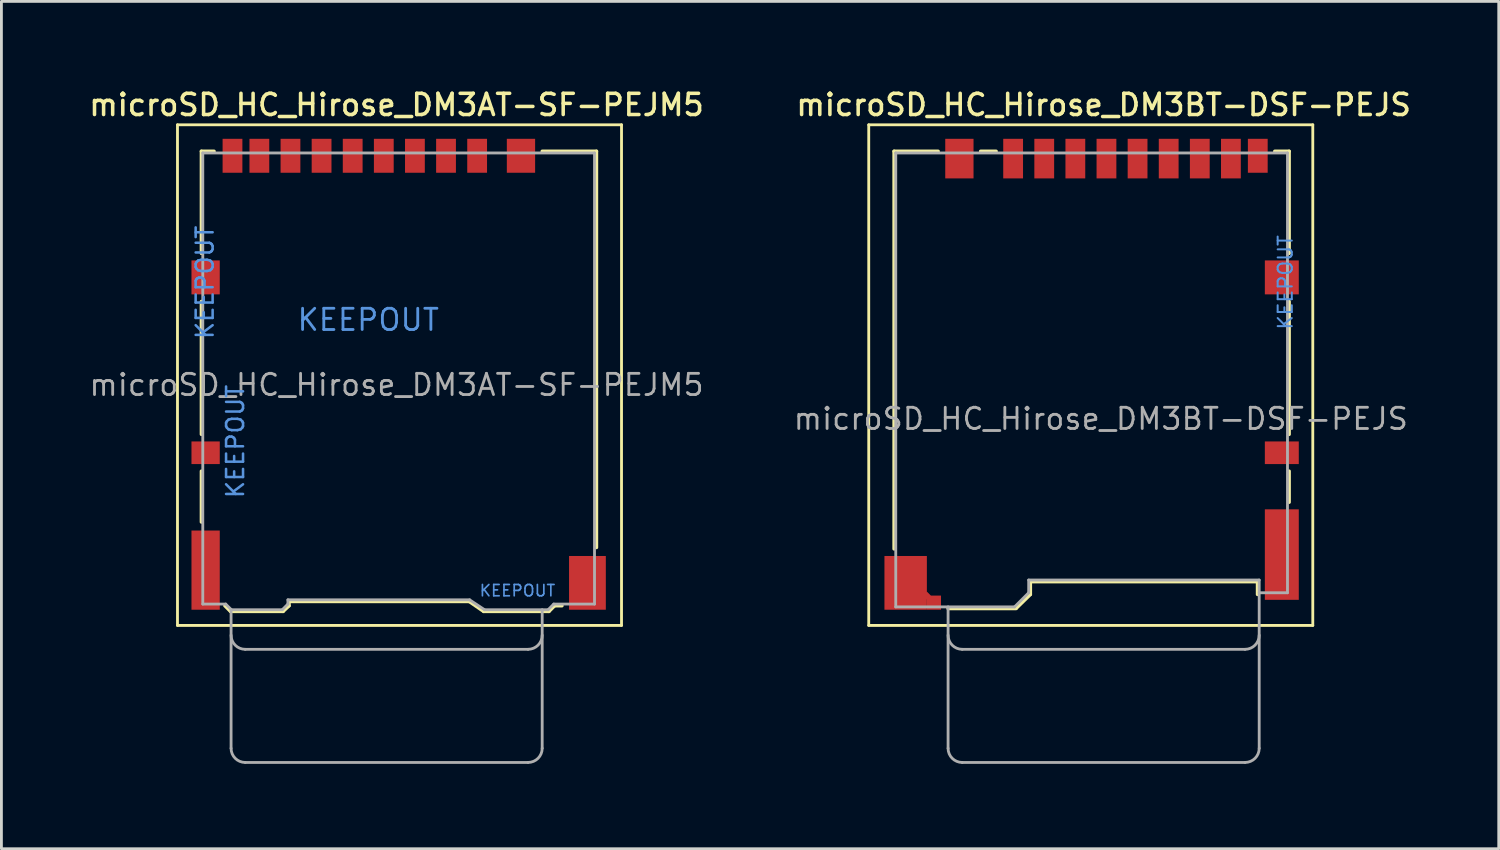
<source format=kicad_pcb>
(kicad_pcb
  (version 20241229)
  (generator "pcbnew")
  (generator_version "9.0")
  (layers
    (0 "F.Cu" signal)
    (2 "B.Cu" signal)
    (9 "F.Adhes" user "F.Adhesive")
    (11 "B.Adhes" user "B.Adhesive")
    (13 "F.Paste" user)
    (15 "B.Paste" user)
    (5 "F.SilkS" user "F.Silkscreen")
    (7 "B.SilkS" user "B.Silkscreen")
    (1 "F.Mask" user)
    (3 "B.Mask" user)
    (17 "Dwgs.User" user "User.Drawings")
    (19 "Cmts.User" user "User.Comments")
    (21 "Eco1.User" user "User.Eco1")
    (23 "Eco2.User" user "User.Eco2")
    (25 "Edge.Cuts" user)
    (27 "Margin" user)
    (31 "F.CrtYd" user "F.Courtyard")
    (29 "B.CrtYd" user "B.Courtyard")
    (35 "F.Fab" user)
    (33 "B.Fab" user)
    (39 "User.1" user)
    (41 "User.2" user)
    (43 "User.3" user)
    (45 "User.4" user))
  (footprint "microSD_HC_Hirose_DM3BT-DSF-PEJS"
    (layer "F.Cu")
    (at 35.546 10.183)
    (property "Reference" "microSD_HC_Hirose_DM3BT-DSF-PEJS" (at 0.425 -9.525 0) (layer "F.SilkS") (effects (font (size 0.75 0.75) (thickness 0.125))))
    (attr smd)
    (fp_line (start -7.88 -8.82) (end 7.82 -8.82) (stroke (width 0.1) (type solid)) (layer "F.SilkS"))
    (fp_line (start -7.88 8.88) (end -7.88 -8.82) (stroke (width 0.1) (type solid)) (layer "F.SilkS"))
    (fp_line (start -6.985 -7.885) (end -6.985 6.175) (stroke (width 0.12) (type solid)) (layer "F.SilkS"))
    (fp_line (start -6.985 -7.885) (end -5.425 -7.885) (stroke (width 0.12) (type solid)) (layer "F.SilkS"))
    (fp_line (start -5.075 8.285) (end -2.675 8.285) (stroke (width 0.12) (type solid)) (layer "F.SilkS"))
    (fp_line (start -3.375 -7.885) (end -3.925 -7.885) (stroke (width 0.12) (type solid)) (layer "F.SilkS"))
    (fp_line (start -2.665 8.275) (end -2.165 7.785) (stroke (width 0.12) (type solid)) (layer "F.SilkS"))
    (fp_line (start -2.165 7.335) (end -2.165 7.785) (stroke (width 0.12) (type solid)) (layer "F.SilkS"))
    (fp_line (start 5.865 7.335) (end -2.165 7.335) (stroke (width 0.12) (type solid)) (layer "F.SilkS"))
    (fp_line (start 5.865 7.335) (end 5.865 7.785) (stroke (width 0.12) (type solid)) (layer "F.SilkS"))
    (fp_line (start 6.475 -7.885) (end 6.985 -7.885) (stroke (width 0.12) (type solid)) (layer "F.SilkS"))
    (fp_line (start 6.985 -7.885) (end 6.985 -4.275) (stroke (width 0.12) (type solid)) (layer "F.SilkS"))
    (fp_line (start 6.985 -2.575) (end 6.985 2.125) (stroke (width 0.12) (type solid)) (layer "F.SilkS"))
    (fp_line (start 6.985 3.425) (end 6.985 4.525) (stroke (width 0.12) (type solid)) (layer "F.SilkS"))
    (fp_line (start 7.82 -8.82) (end 7.82 8.88) (stroke (width 0.1) (type solid)) (layer "F.SilkS"))
    (fp_line (start 7.82 8.88) (end -7.88 8.88) (stroke (width 0.1) (type solid)) (layer "F.SilkS"))
    (fp_line (start -6.925 -7.825) (end 6.925 -7.825) (stroke (width 0.1) (type solid)) (layer "F.Fab"))
    (fp_line (start -6.925 8.225) (end -6.925 -7.825) (stroke (width 0.1) (type solid)) (layer "F.Fab"))
    (fp_line (start -6.925 8.225) (end -2.725 8.225) (stroke (width 0.1) (type solid)) (layer "F.Fab"))
    (fp_line (start -5.075 8.225) (end -5.075 13.225) (stroke (width 0.1) (type solid)) (layer "F.Fab"))
    (fp_line (start -4.575 9.725) (end 5.425 9.725) (stroke (width 0.1) (type solid)) (layer "F.Fab"))
    (fp_line (start -4.575 13.725) (end 5.425 13.725) (stroke (width 0.1) (type solid)) (layer "F.Fab"))
    (fp_line (start -2.225 7.275) (end -2.225 7.725) (stroke (width 0.1) (type solid)) (layer "F.Fab"))
    (fp_line (start -2.225 7.275) (end 5.925 7.275) (stroke (width 0.1) (type solid)) (layer "F.Fab"))
    (fp_line (start -2.225 7.725) (end -2.725 8.225) (stroke (width 0.1) (type solid)) (layer "F.Fab"))
    (fp_line (start 5.925 13.225) (end 5.925 7.275) (stroke (width 0.1) (type solid)) (layer "F.Fab"))
    (fp_line (start 6.925 7.725) (end 5.925 7.725) (stroke (width 0.1) (type solid)) (layer "F.Fab"))
    (fp_line (start 6.925 7.725) (end 6.925 -7.825) (stroke (width 0.1) (type solid)) (layer "F.Fab"))
    (fp_arc (start -4.575 9.725) (mid -4.928553 9.578553) (end -5.075 9.225) (stroke (width 0.1) (type solid)) (layer "F.Fab"))
    (fp_arc (start -4.575 13.725) (mid -4.928553 13.578553) (end -5.075 13.225) (stroke (width 0.1) (type solid)) (layer "F.Fab"))
    (fp_arc (start 5.925 9.225) (mid 5.778553 9.578553) (end 5.425 9.725) (stroke (width 0.1) (type solid)) (layer "F.Fab"))
    (fp_arc (start 5.925 13.225) (mid 5.778553 13.578553) (end 5.425 13.725) (stroke (width 0.1) (type solid)) (layer "F.Fab"))
    (fp_text user "KEEPOUT" (at 6.85 -3.25 90) (layer "Cmts.User") (effects (font (size 0.5 0.5) (thickness 0.07))))
    (fp_text user "${REFERENCE}" (at 0.325 1.575 0) (layer "F.Fab") (effects (font (size 0.75 0.75) (thickness 0.1))))
    (pad "1" smd rect (at -2.775 -7.625) (size 0.7 1.4) (layers "F.Cu" "F.Mask" "F.Paste"))
    (pad "2" smd rect (at -1.675 -7.625) (size 0.7 1.4) (layers "F.Cu" "F.Mask" "F.Paste"))
    (pad "3" smd rect (at -0.575 -7.625) (size 0.7 1.4) (layers "F.Cu" "F.Mask" "F.Paste"))
    (pad "4" smd rect (at 0.525 -7.625) (size 0.7 1.4) (layers "F.Cu" "F.Mask" "F.Paste"))
    (pad "5" smd rect (at 1.625 -7.625) (size 0.7 1.4) (layers "F.Cu" "F.Mask" "F.Paste"))
    (pad "6" smd rect (at 2.725 -7.625) (size 0.7 1.4) (layers "F.Cu" "F.Mask" "F.Paste"))
    (pad "7" smd rect (at 3.825 -7.625) (size 0.7 1.4) (layers "F.Cu" "F.Mask" "F.Paste"))
    (pad "8" smd rect (at 4.925 -7.625) (size 0.7 1.4) (layers "F.Cu" "F.Mask" "F.Paste"))
    (pad "9" smd rect (at 5.875 -7.725) (size 0.7 1.2) (layers "F.Cu" "F.Mask" "F.Paste"))
    (pad "10" smd rect (at 6.725 2.775) (size 1.2 0.8) (layers "F.Cu" "F.Mask" "F.Paste"))
    (pad "11" smd rect (at -6.575 7.375) (size 1.5 1.9) (layers "F.Cu" "F.Mask" "F.Paste"))
    (pad "11" smd rect (at -5.825 7.825 45) (size 0.2 0.2) (layers "F.Cu" "F.Mask" "F.Paste"))
    (pad "11" smd rect (at -5.575 8.075) (size 0.5 0.5) (layers "F.Cu" "F.Mask" "F.Paste"))
    (pad "11" smd rect (at -4.675 -7.625) (size 1 1.4) (layers "F.Cu" "F.Mask" "F.Paste"))
    (pad "11" smd rect (at 6.725 -3.425) (size 1.2 1.2) (layers "F.Cu" "F.Mask" "F.Paste"))
    (pad "11" smd rect (at 6.725 6.375) (size 1.2 3.2) (layers "F.Cu" "F.Mask" "F.Paste"))
    (zone (net_name "") (layer "F.Cu") (hatch full 0.508) (connect_pads) (min_thickness 0.254) (filled_areas_thickness no) (keepout (tracks not_allowed) (vias not_allowed) (pads not_allowed) (copperpour not_allowed) (footprints not_allowed)) (placement (enabled no)) (fill) (polygon (pts (xy 42.021 6.158) (xy 42.771 6.158) (xy 42.771 2.908) (xy 42.021 2.908))))
    (zone (net_name "") (layer "F.Cu") (hatch full 0.508) (connect_pads) (min_thickness 0.254) (filled_areas_thickness no) (keepout (tracks not_allowed) (vias not_allowed) (pads not_allowed) (copperpour not_allowed) (footprints not_allowed)) (placement (enabled no)) (fill) (polygon (pts (xy 42.021 10.958) (xy 42.771 10.958) (xy 42.771 7.358) (xy 42.021 7.358)))))
  (footprint "microSD_HC_Hirose_DM3AT-SF-PEJM5"
    (layer "F.Cu")
    (at 11.045 10.183)
    (property "Reference" "microSD_HC_Hirose_DM3AT-SF-PEJM5" (at -0.075 -9.525 0) (layer "F.SilkS") (effects (font (size 0.75 0.75) (thickness 0.125))))
    (attr smd)
    (fp_line (start -7.82 -8.82) (end 7.88 -8.82) (stroke (width 0.1) (type solid)) (layer "F.SilkS"))
    (fp_line (start -7.82 8.88) (end -7.82 -8.82) (stroke (width 0.1) (type solid)) (layer "F.SilkS"))
    (fp_line (start -6.975 -7.885) (end -6.975 -4.275) (stroke (width 0.12) (type solid)) (layer "F.SilkS"))
    (fp_line (start -6.975 -2.575) (end -6.975 2.125) (stroke (width 0.12) (type solid)) (layer "F.SilkS"))
    (fp_line (start -6.975 3.425) (end -6.975 5.225) (stroke (width 0.12) (type solid)) (layer "F.SilkS"))
    (fp_line (start -6.525 -7.885) (end -6.975 -7.885) (stroke (width 0.12) (type solid)) (layer "F.SilkS"))
    (fp_line (start -5.945 8.385) (end -6.145 8.185) (stroke (width 0.12) (type solid)) (layer "F.SilkS"))
    (fp_line (start -5.945 8.385) (end -4.085 8.385) (stroke (width 0.12) (type solid)) (layer "F.SilkS"))
    (fp_line (start -4.085 8.385) (end -3.875 8.185) (stroke (width 0.12) (type solid)) (layer "F.SilkS"))
    (fp_line (start -3.875 8.035) (end -3.875 8.185) (stroke (width 0.12) (type solid)) (layer "F.SilkS"))
    (fp_line (start -3.875 8.035) (end 2.495 8.035) (stroke (width 0.12) (type solid)) (layer "F.SilkS"))
    (fp_line (start 3.005 8.385) (end 2.495 8.035) (stroke (width 0.12) (type solid)) (layer "F.SilkS"))
    (fp_line (start 5.075 -7.885) (end 6.995 -7.885) (stroke (width 0.12) (type solid)) (layer "F.SilkS"))
    (fp_line (start 5.315 8.385) (end 3.005 8.385) (stroke (width 0.12) (type solid)) (layer "F.SilkS"))
    (fp_line (start 5.315 8.385) (end 5.515 8.185) (stroke (width 0.12) (type solid)) (layer "F.SilkS"))
    (fp_line (start 5.515 8.185) (end 5.775 8.185) (stroke (width 0.12) (type solid)) (layer "F.SilkS"))
    (fp_line (start 6.995 -7.885) (end 6.995 6.125) (stroke (width 0.12) (type solid)) (layer "F.SilkS"))
    (fp_line (start 7.88 -8.82) (end 7.88 8.88) (stroke (width 0.1) (type solid)) (layer "F.SilkS"))
    (fp_line (start 7.88 8.88) (end -7.82 8.88) (stroke (width 0.1) (type solid)) (layer "F.SilkS"))
    (fp_line (start -6.925 8.125) (end -6.925 -7.825) (stroke (width 0.1) (type solid)) (layer "F.Fab"))
    (fp_line (start -6.115 8.125) (end -6.925 8.125) (stroke (width 0.1) (type solid)) (layer "F.Fab"))
    (fp_line (start -5.925 8.325) (end -5.925 13.225) (stroke (width 0.1) (type solid)) (layer "F.Fab"))
    (fp_line (start -5.915 8.325) (end -6.115 8.125) (stroke (width 0.1) (type solid)) (layer "F.Fab"))
    (fp_line (start -5.425 9.725) (end 4.575 9.725) (stroke (width 0.1) (type solid)) (layer "F.Fab"))
    (fp_line (start -5.425 13.725) (end 4.575 13.725) (stroke (width 0.1) (type solid)) (layer "F.Fab"))
    (fp_line (start -4.115 8.325) (end -5.915 8.325) (stroke (width 0.1) (type solid)) (layer "F.Fab"))
    (fp_line (start -3.915 8.125) (end -4.115 8.325) (stroke (width 0.1) (type solid)) (layer "F.Fab"))
    (fp_line (start -3.915 8.125) (end -3.915 7.975) (stroke (width 0.1) (type solid)) (layer "F.Fab"))
    (fp_line (start 2.51 7.975) (end -3.915 7.975) (stroke (width 0.1) (type solid)) (layer "F.Fab"))
    (fp_line (start 3.035 8.325) (end 2.51 7.975) (stroke (width 0.1) (type solid)) (layer "F.Fab"))
    (fp_line (start 5.075 13.225) (end 5.075 8.325) (stroke (width 0.1) (type solid)) (layer "F.Fab"))
    (fp_line (start 5.285 8.325) (end 3.035 8.325) (stroke (width 0.1) (type solid)) (layer "F.Fab"))
    (fp_line (start 5.285 8.325) (end 5.485 8.125) (stroke (width 0.1) (type solid)) (layer "F.Fab"))
    (fp_line (start 5.485 8.125) (end 6.925 8.125) (stroke (width 0.1) (type solid)) (layer "F.Fab"))
    (fp_line (start 6.925 -7.825) (end -6.925 -7.825) (stroke (width 0.1) (type solid)) (layer "F.Fab"))
    (fp_line (start 6.925 8.125) (end 6.925 -7.825) (stroke (width 0.1) (type solid)) (layer "F.Fab"))
    (fp_arc (start -5.425 9.725) (mid -5.778553 9.578553) (end -5.925 9.225) (stroke (width 0.1) (type solid)) (layer "F.Fab"))
    (fp_arc (start -5.425 13.725) (mid -5.778553 13.578553) (end -5.925 13.225) (stroke (width 0.1) (type solid)) (layer "F.Fab"))
    (fp_arc (start 5.075 9.225) (mid 4.928553 9.578553) (end 4.575 9.725) (stroke (width 0.1) (type solid)) (layer "F.Fab"))
    (fp_arc (start 5.075 13.225) (mid 4.928553 13.578553) (end 4.575 13.725) (stroke (width 0.1) (type solid)) (layer "F.Fab"))
    (fp_text user "KEEPOUT" (at -5.775 2.375 90) (layer "Cmts.User") (effects (font (size 0.6 0.6) (thickness 0.09))))
    (fp_text user "KEEPOUT" (at 4.2 7.65 0) (layer "Cmts.User") (effects (font (size 0.4 0.4) (thickness 0.06))))
    (fp_text user "KEEPOUT" (at -1.075 -1.925 0) (layer "Cmts.User") (effects (font (size 0.75 0.75) (thickness 0.1))))
    (fp_text user "KEEPOUT" (at -6.85 -3.25 90) (layer "Cmts.User") (effects (font (size 0.6 0.6) (thickness 0.09))))
    (fp_text user "${REFERENCE}" (at -0.075 0.375 0) (layer "F.Fab") (effects (font (size 0.75 0.75) (thickness 0.1))))
    (pad "1" smd rect (at 2.775 -7.725) (size 0.7 1.2) (layers "F.Cu" "F.Mask" "F.Paste"))
    (pad "2" smd rect (at 1.675 -7.725) (size 0.7 1.2) (layers "F.Cu" "F.Mask" "F.Paste"))
    (pad "3" smd rect (at 0.575 -7.725) (size 0.7 1.2) (layers "F.Cu" "F.Mask" "F.Paste"))
    (pad "4" smd rect (at -0.525 -7.725) (size 0.7 1.2) (layers "F.Cu" "F.Mask" "F.Paste"))
    (pad "5" smd rect (at -1.625 -7.725) (size 0.7 1.2) (layers "F.Cu" "F.Mask" "F.Paste"))
    (pad "6" smd rect (at -2.725 -7.725) (size 0.7 1.2) (layers "F.Cu" "F.Mask" "F.Paste"))
    (pad "7" smd rect (at -3.825 -7.725) (size 0.7 1.2) (layers "F.Cu" "F.Mask" "F.Paste"))
    (pad "8" smd rect (at -4.925 -7.725) (size 0.7 1.2) (layers "F.Cu" "F.Mask" "F.Paste"))
    (pad "9" smd rect (at -5.875 -7.725) (size 0.7 1.2) (layers "F.Cu" "F.Mask" "F.Paste"))
    (pad "10" smd rect (at -6.825 2.775) (size 1 0.8) (layers "F.Cu" "F.Mask" "F.Paste"))
    (pad "11" smd rect (at -6.825 -3.425) (size 1 1.2) (layers "F.Cu" "F.Mask" "F.Paste"))
    (pad "11" smd rect (at -6.825 6.925) (size 1 2.8) (layers "F.Cu" "F.Mask" "F.Paste"))
    (pad "11" smd rect (at 4.325 -7.725) (size 1 1.2) (layers "F.Cu" "F.Mask" "F.Paste"))
    (pad "11" smd rect (at 6.675 7.375) (size 1.3 1.9) (layers "F.Cu" "F.Mask" "F.Paste"))
    (zone (net_name "") (layer "F.Cu") (hatch full 0.508) (connect_pads) (min_thickness 0.254) (filled_areas_thickness no) (keepout (tracks not_allowed) (vias not_allowed) (pads not_allowed) (copperpour not_allowed) (footprints not_allowed)) (placement (enabled no)) (fill) (polygon (pts (xy 4.57 6.158) (xy 3.82 6.158) (xy 3.82 2.908) (xy 4.57 2.908))))
    (zone (net_name "") (layer "F.Cu") (hatch full 0.508) (connect_pads) (min_thickness 0.254) (filled_areas_thickness no) (keepout (tracks not_allowed) (vias not_allowed) (pads not_allowed) (copperpour not_allowed) (footprints not_allowed)) (placement (enabled no)) (fill) (polygon (pts (xy 4.57 10.958) (xy 3.82 10.958) (xy 3.82 7.358) (xy 4.57 7.358))))
    (zone (net_name "") (layer "F.Cu") (hatch full 0.508) (connect_pads) (min_thickness 0.254) (filled_areas_thickness no) (keepout (tracks not_allowed) (vias not_allowed) (pads not_allowed) (copperpour not_allowed) (footprints not_allowed)) (placement (enabled no)) (fill) (polygon (pts (xy 4.92 8.758) (xy 5.62 8.758) (xy 5.62 16.358) (xy 4.92 16.358))))
    (zone (net_name "") (layer "F.Cu") (hatch full 0.508) (connect_pads) (min_thickness 0.254) (filled_areas_thickness no) (keepout (tracks not_allowed) (vias not_allowed) (pads not_allowed) (copperpour not_allowed) (footprints not_allowed)) (placement (enabled no)) (fill) (polygon (pts (xy 13.97 17.158) (xy 16.52 17.158) (xy 16.52 18.508) (xy 13.97 18.508))))
    (zone (net_name "") (layer "F.Cu") (hatch full 0.508) (connect_pads) (min_thickness 0.254) (filled_areas_thickness no) (keepout (tracks not_allowed) (vias not_allowed) (pads not_allowed) (copperpour not_allowed) (footprints not_allowed)) (placement (enabled no)) (fill) (polygon (pts (xy 14.32 9.058) (xy 5.62 9.058) (xy 5.62 7.458) (xy 14.32 7.458)))))
  (gr_rect
    (start -3 -3)
    (end 49.941 26.958)
    (stroke (width 0.1) (type default))
    (fill no)
    (layer "Edge.Cuts")))
</source>
